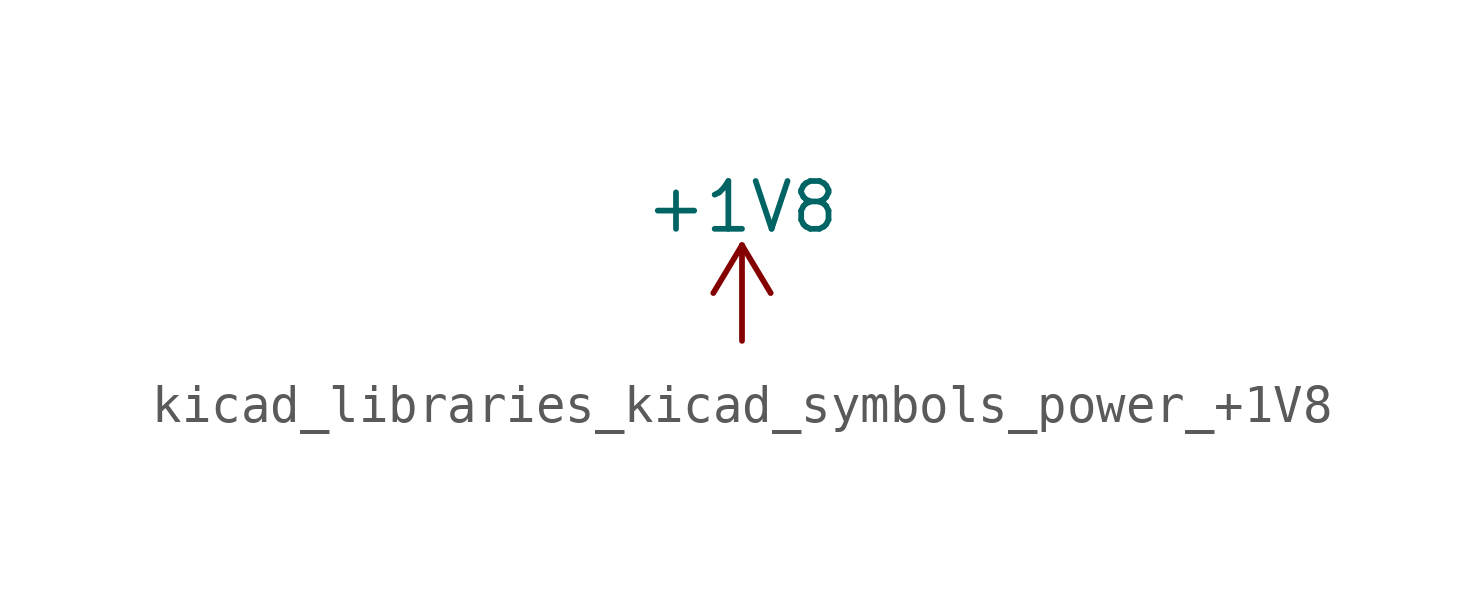
<source format=kicad_sym>
(kicad_symbol_lib
  (version 20220914)
  (generator kicad_symbol_editor)
  (symbol "kicad_libraries_kicad_symbols_power_+1V8"
    (power)
    (pin_names
      (offset 0))
    (property "Reference" "#PWR"
      (at 0 -3.81 0)
      (effects (font (size 1.27 1.27)) hide))
    (property "Value" "+1V8"
      (at 0 3.556 0)
      (effects (font (size 1.27 1.27))))
    (symbol "kicad_libraries_kicad_symbols_power_+1V8_0_1"
      (polyline (pts (xy -0.762 1.27) (xy 0 2.54)) (stroke (width 0) (type default)) (fill (type none)))
      (polyline (pts (xy 0 0) (xy 0 2.54)) (stroke (width 0) (type default)) (fill (type none)))
      (polyline (pts (xy 0 2.54) (xy 0.762 1.27)) (stroke (width 0) (type default)) (fill (type none))))
    (symbol "kicad_libraries_kicad_symbols_power_+1V8_1_1"
      (pin power_in line (at 0 0 90) (length 0) hide (name "+1V8" (effects (font (size 1.27 1.27)))) (number "1" (effects (font (size 1.27 1.27))))))))
</source>
